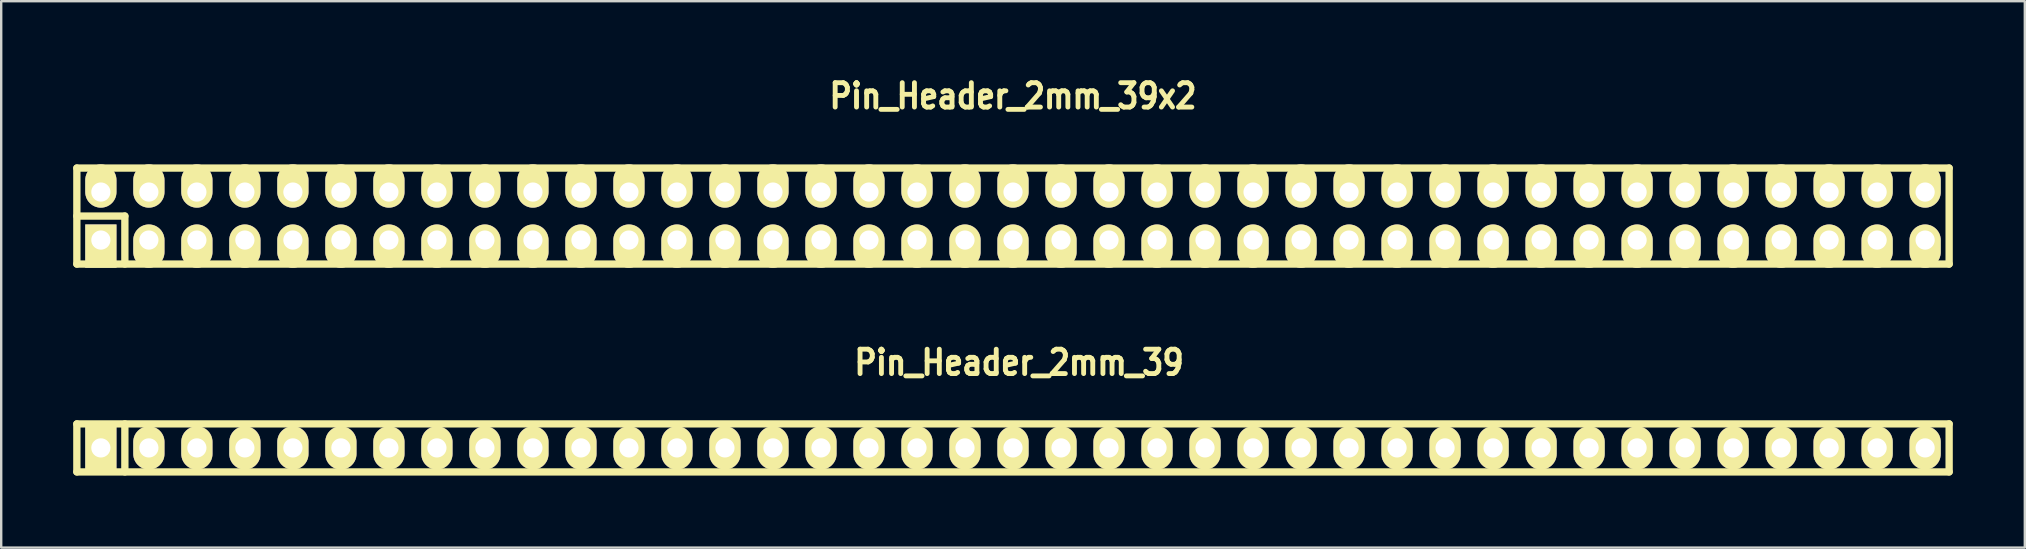
<source format=kicad_pcb>
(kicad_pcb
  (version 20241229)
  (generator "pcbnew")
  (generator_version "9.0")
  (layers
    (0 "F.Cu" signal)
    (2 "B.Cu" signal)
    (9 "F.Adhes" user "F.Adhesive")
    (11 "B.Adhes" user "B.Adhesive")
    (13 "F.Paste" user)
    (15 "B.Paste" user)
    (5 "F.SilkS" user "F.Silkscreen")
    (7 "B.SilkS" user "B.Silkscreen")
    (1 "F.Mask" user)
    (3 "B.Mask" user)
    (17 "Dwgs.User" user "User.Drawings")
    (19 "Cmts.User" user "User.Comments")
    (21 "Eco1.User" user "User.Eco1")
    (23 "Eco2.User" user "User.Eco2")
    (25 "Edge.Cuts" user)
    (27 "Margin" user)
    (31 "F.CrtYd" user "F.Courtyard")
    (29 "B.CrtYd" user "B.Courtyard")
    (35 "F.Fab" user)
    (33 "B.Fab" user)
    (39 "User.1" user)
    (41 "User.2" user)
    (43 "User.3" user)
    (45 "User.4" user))
  (footprint "Pin_Header_2mm_39"
    (layer "F.Cu")
    (at 39.152 15.61)
    (property "Reference" "Pin_Header_2mm_39" (at 0.254 -3.556 0) (layer "F.SilkS") (effects (font (size 1.016 0.889) (thickness 0.203))))
    (attr through_hole)
    (fp_line (start -39 -1) (end 39 -1) (stroke (width 0.305) (type solid)) (layer "F.SilkS"))
    (fp_line (start -39 1) (end -39 -1) (stroke (width 0.305) (type solid)) (layer "F.SilkS"))
    (fp_line (start -37 -1) (end -37 1) (stroke (width 0.305) (type solid)) (layer "F.SilkS"))
    (fp_line (start 39 -1) (end 39 1) (stroke (width 0.305) (type solid)) (layer "F.SilkS"))
    (fp_line (start 39 1) (end -39 1) (stroke (width 0.305) (type solid)) (layer "F.SilkS"))
    (pad "1" thru_hole rect (at -38 0) (size 1.3 1.8) (drill 0.8) (layers "*.Cu" "*.Mask" "F.SilkS"))
    (pad "2" thru_hole oval (at -36 0) (size 1.3 1.8) (drill 0.8) (layers "*.Cu" "*.Mask" "F.SilkS"))
    (pad "3" thru_hole oval (at -34 0) (size 1.3 1.8) (drill 0.8) (layers "*.Cu" "*.Mask" "F.SilkS"))
    (pad "4" thru_hole oval (at -32 0) (size 1.3 1.8) (drill 0.8) (layers "*.Cu" "*.Mask" "F.SilkS"))
    (pad "5" thru_hole oval (at -30 0) (size 1.3 1.8) (drill 0.8) (layers "*.Cu" "*.Mask" "F.SilkS"))
    (pad "6" thru_hole oval (at -28 0) (size 1.3 1.8) (drill 0.8) (layers "*.Cu" "*.Mask" "F.SilkS"))
    (pad "7" thru_hole oval (at -26 0) (size 1.3 1.8) (drill 0.8) (layers "*.Cu" "*.Mask" "F.SilkS"))
    (pad "8" thru_hole oval (at -24 0) (size 1.3 1.8) (drill 0.8) (layers "*.Cu" "*.Mask" "F.SilkS"))
    (pad "9" thru_hole oval (at -22 0) (size 1.3 1.8) (drill 0.8) (layers "*.Cu" "*.Mask" "F.SilkS"))
    (pad "10" thru_hole oval (at -20 0) (size 1.3 1.8) (drill 0.8) (layers "*.Cu" "*.Mask" "F.SilkS"))
    (pad "11" thru_hole oval (at -18 0) (size 1.3 1.8) (drill 0.8) (layers "*.Cu" "*.Mask" "F.SilkS"))
    (pad "12" thru_hole oval (at -16 0) (size 1.3 1.8) (drill 0.8) (layers "*.Cu" "*.Mask" "F.SilkS"))
    (pad "13" thru_hole oval (at -14 0) (size 1.3 1.8) (drill 0.8) (layers "*.Cu" "*.Mask" "F.SilkS"))
    (pad "14" thru_hole oval (at -12 0) (size 1.3 1.8) (drill 0.8) (layers "*.Cu" "*.Mask" "F.SilkS"))
    (pad "15" thru_hole oval (at -10 0) (size 1.3 1.8) (drill 0.8) (layers "*.Cu" "*.Mask" "F.SilkS"))
    (pad "16" thru_hole oval (at -8 0) (size 1.3 1.8) (drill 0.8) (layers "*.Cu" "*.Mask" "F.SilkS"))
    (pad "17" thru_hole oval (at -6 0) (size 1.3 1.8) (drill 0.8) (layers "*.Cu" "*.Mask" "F.SilkS"))
    (pad "18" thru_hole oval (at -4 0) (size 1.3 1.8) (drill 0.8) (layers "*.Cu" "*.Mask" "F.SilkS"))
    (pad "19" thru_hole oval (at -2 0) (size 1.3 1.8) (drill 0.8) (layers "*.Cu" "*.Mask" "F.SilkS"))
    (pad "20" thru_hole oval (at 0 0) (size 1.3 1.8) (drill 0.8) (layers "*.Cu" "*.Mask" "F.SilkS"))
    (pad "21" thru_hole oval (at 2 0) (size 1.3 1.8) (drill 0.8) (layers "*.Cu" "*.Mask" "F.SilkS"))
    (pad "22" thru_hole oval (at 4 0) (size 1.3 1.8) (drill 0.8) (layers "*.Cu" "*.Mask" "F.SilkS"))
    (pad "23" thru_hole oval (at 6 0) (size 1.3 1.8) (drill 0.8) (layers "*.Cu" "*.Mask" "F.SilkS"))
    (pad "24" thru_hole oval (at 8 0) (size 1.3 1.8) (drill 0.8) (layers "*.Cu" "*.Mask" "F.SilkS"))
    (pad "25" thru_hole oval (at 10 0) (size 1.3 1.8) (drill 0.8) (layers "*.Cu" "*.Mask" "F.SilkS"))
    (pad "26" thru_hole oval (at 12 0) (size 1.3 1.8) (drill 0.8) (layers "*.Cu" "*.Mask" "F.SilkS"))
    (pad "27" thru_hole oval (at 14 0) (size 1.3 1.8) (drill 0.8) (layers "*.Cu" "*.Mask" "F.SilkS"))
    (pad "28" thru_hole oval (at 16 0) (size 1.3 1.8) (drill 0.8) (layers "*.Cu" "*.Mask" "F.SilkS"))
    (pad "29" thru_hole oval (at 18 0) (size 1.3 1.8) (drill 0.8) (layers "*.Cu" "*.Mask" "F.SilkS"))
    (pad "30" thru_hole oval (at 20 0) (size 1.3 1.8) (drill 0.8) (layers "*.Cu" "*.Mask" "F.SilkS"))
    (pad "31" thru_hole oval (at 22 0) (size 1.3 1.8) (drill 0.8) (layers "*.Cu" "*.Mask" "F.SilkS"))
    (pad "32" thru_hole oval (at 24 0) (size 1.3 1.8) (drill 0.8) (layers "*.Cu" "*.Mask" "F.SilkS"))
    (pad "33" thru_hole oval (at 26 0) (size 1.3 1.8) (drill 0.8) (layers "*.Cu" "*.Mask" "F.SilkS"))
    (pad "34" thru_hole oval (at 28 0) (size 1.3 1.8) (drill 0.8) (layers "*.Cu" "*.Mask" "F.SilkS"))
    (pad "35" thru_hole oval (at 30 0) (size 1.3 1.8) (drill 0.8) (layers "*.Cu" "*.Mask" "F.SilkS"))
    (pad "36" thru_hole oval (at 32 0) (size 1.3 1.8) (drill 0.8) (layers "*.Cu" "*.Mask" "F.SilkS"))
    (pad "37" thru_hole oval (at 34 0) (size 1.3 1.8) (drill 0.8) (layers "*.Cu" "*.Mask" "F.SilkS"))
    (pad "38" thru_hole oval (at 36 0) (size 1.3 1.8) (drill 0.8) (layers "*.Cu" "*.Mask" "F.SilkS"))
    (pad "39" thru_hole oval (at 38 0) (size 1.3 1.8) (drill 0.8) (layers "*.Cu" "*.Mask" "F.SilkS")))
  (footprint "Pin_Header_2mm_39x2"
    (layer "F.Cu")
    (at 39.152 5.951)
    (property "Reference" "Pin_Header_2mm_39x2" (at 0 -5 0) (layer "F.SilkS") (effects (font (size 1.016 0.889) (thickness 0.203))))
    (attr through_hole)
    (fp_line (start -39 -2) (end 39 -2) (stroke (width 0.305) (type solid)) (layer "F.SilkS"))
    (fp_line (start -39 0) (end -37 0) (stroke (width 0.305) (type solid)) (layer "F.SilkS"))
    (fp_line (start -39 2) (end -39 -2) (stroke (width 0.305) (type solid)) (layer "F.SilkS"))
    (fp_line (start -37 0) (end -37 2) (stroke (width 0.305) (type solid)) (layer "F.SilkS"))
    (fp_line (start 39 -2) (end 39 2) (stroke (width 0.305) (type solid)) (layer "F.SilkS"))
    (fp_line (start 39 2) (end -39 2) (stroke (width 0.305) (type solid)) (layer "F.SilkS"))
    (pad "1" thru_hole rect (at -38 1) (size 1.3 1.8) (drill 0.8 (offset 0 0.25)) (layers "*.Cu" "*.Mask" "F.SilkS"))
    (pad "2" thru_hole oval (at -38 -1) (size 1.3 1.8) (drill 0.8 (offset 0 -0.25)) (layers "*.Cu" "*.Mask" "F.SilkS"))
    (pad "3" thru_hole oval (at -36 1) (size 1.3 1.8) (drill 0.8 (offset 0 0.25)) (layers "*.Cu" "*.Mask" "F.SilkS"))
    (pad "4" thru_hole oval (at -36 -1) (size 1.3 1.8) (drill 0.8 (offset 0 -0.25)) (layers "*.Cu" "*.Mask" "F.SilkS"))
    (pad "5" thru_hole oval (at -34 1) (size 1.3 1.8) (drill 0.8 (offset 0 0.25)) (layers "*.Cu" "*.Mask" "F.SilkS"))
    (pad "6" thru_hole oval (at -34 -1) (size 1.3 1.8) (drill 0.8 (offset 0 -0.25)) (layers "*.Cu" "*.Mask" "F.SilkS"))
    (pad "7" thru_hole oval (at -32 1) (size 1.3 1.8) (drill 0.8 (offset 0 0.25)) (layers "*.Cu" "*.Mask" "F.SilkS"))
    (pad "8" thru_hole oval (at -32 -1) (size 1.3 1.8) (drill 0.8 (offset 0 -0.25)) (layers "*.Cu" "*.Mask" "F.SilkS"))
    (pad "9" thru_hole oval (at -30 1) (size 1.3 1.8) (drill 0.8 (offset 0 0.25)) (layers "*.Cu" "*.Mask" "F.SilkS"))
    (pad "10" thru_hole oval (at -30 -1) (size 1.3 1.8) (drill 0.8 (offset 0 -0.25)) (layers "*.Cu" "*.Mask" "F.SilkS"))
    (pad "11" thru_hole oval (at -28 1) (size 1.3 1.8) (drill 0.8 (offset 0 0.25)) (layers "*.Cu" "*.Mask" "F.SilkS"))
    (pad "12" thru_hole oval (at -28 -1) (size 1.3 1.8) (drill 0.8 (offset 0 -0.25)) (layers "*.Cu" "*.Mask" "F.SilkS"))
    (pad "13" thru_hole oval (at -26 1) (size 1.3 1.8) (drill 0.8 (offset 0 0.25)) (layers "*.Cu" "*.Mask" "F.SilkS"))
    (pad "14" thru_hole oval (at -26 -1) (size 1.3 1.8) (drill 0.8 (offset 0 -0.25)) (layers "*.Cu" "*.Mask" "F.SilkS"))
    (pad "15" thru_hole oval (at -24 1) (size 1.3 1.8) (drill 0.8 (offset 0 0.25)) (layers "*.Cu" "*.Mask" "F.SilkS"))
    (pad "16" thru_hole oval (at -24 -1) (size 1.3 1.8) (drill 0.8 (offset 0 -0.25)) (layers "*.Cu" "*.Mask" "F.SilkS"))
    (pad "17" thru_hole oval (at -22 1) (size 1.3 1.8) (drill 0.8 (offset 0 0.25)) (layers "*.Cu" "*.Mask" "F.SilkS"))
    (pad "18" thru_hole oval (at -22 -1) (size 1.3 1.8) (drill 0.8 (offset 0 -0.25)) (layers "*.Cu" "*.Mask" "F.SilkS"))
    (pad "19" thru_hole oval (at -20 1) (size 1.3 1.8) (drill 0.8 (offset 0 0.25)) (layers "*.Cu" "*.Mask" "F.SilkS"))
    (pad "20" thru_hole oval (at -20 -1) (size 1.3 1.8) (drill 0.8 (offset 0 -0.25)) (layers "*.Cu" "*.Mask" "F.SilkS"))
    (pad "21" thru_hole oval (at -18 1) (size 1.3 1.8) (drill 0.8 (offset 0 0.25)) (layers "*.Cu" "*.Mask" "F.SilkS"))
    (pad "22" thru_hole oval (at -18 -1) (size 1.3 1.8) (drill 0.8 (offset 0 -0.25)) (layers "*.Cu" "*.Mask" "F.SilkS"))
    (pad "23" thru_hole oval (at -16 1) (size 1.3 1.8) (drill 0.8 (offset 0 0.25)) (layers "*.Cu" "*.Mask" "F.SilkS"))
    (pad "24" thru_hole oval (at -16 -1) (size 1.3 1.8) (drill 0.8 (offset 0 -0.25)) (layers "*.Cu" "*.Mask" "F.SilkS"))
    (pad "25" thru_hole oval (at -14 1) (size 1.3 1.8) (drill 0.8 (offset 0 0.25)) (layers "*.Cu" "*.Mask" "F.SilkS"))
    (pad "26" thru_hole oval (at -14 -1) (size 1.3 1.8) (drill 0.8 (offset 0 -0.25)) (layers "*.Cu" "*.Mask" "F.SilkS"))
    (pad "27" thru_hole oval (at -12 1) (size 1.3 1.8) (drill 0.8 (offset 0 0.25)) (layers "*.Cu" "*.Mask" "F.SilkS"))
    (pad "28" thru_hole oval (at -12 -1) (size 1.3 1.8) (drill 0.8 (offset 0 -0.25)) (layers "*.Cu" "*.Mask" "F.SilkS"))
    (pad "29" thru_hole oval (at -10 1) (size 1.3 1.8) (drill 0.8 (offset 0 0.25)) (layers "*.Cu" "*.Mask" "F.SilkS"))
    (pad "30" thru_hole oval (at -10 -1) (size 1.3 1.8) (drill 0.8 (offset 0 -0.25)) (layers "*.Cu" "*.Mask" "F.SilkS"))
    (pad "31" thru_hole oval (at -8 1) (size 1.3 1.8) (drill 0.8 (offset 0 0.25)) (layers "*.Cu" "*.Mask" "F.SilkS"))
    (pad "32" thru_hole oval (at -8 -1) (size 1.3 1.8) (drill 0.8 (offset 0 -0.25)) (layers "*.Cu" "*.Mask" "F.SilkS"))
    (pad "33" thru_hole oval (at -6 1) (size 1.3 1.8) (drill 0.8 (offset 0 0.25)) (layers "*.Cu" "*.Mask" "F.SilkS"))
    (pad "34" thru_hole oval (at -6 -1) (size 1.3 1.8) (drill 0.8 (offset 0 -0.25)) (layers "*.Cu" "*.Mask" "F.SilkS"))
    (pad "35" thru_hole oval (at -4 1) (size 1.3 1.8) (drill 0.8 (offset 0 0.25)) (layers "*.Cu" "*.Mask" "F.SilkS"))
    (pad "36" thru_hole oval (at -4 -1) (size 1.3 1.8) (drill 0.8 (offset 0 -0.25)) (layers "*.Cu" "*.Mask" "F.SilkS"))
    (pad "37" thru_hole oval (at -2 1) (size 1.3 1.8) (drill 0.8 (offset 0 0.25)) (layers "*.Cu" "*.Mask" "F.SilkS"))
    (pad "38" thru_hole oval (at -2 -1) (size 1.3 1.8) (drill 0.8 (offset 0 -0.25)) (layers "*.Cu" "*.Mask" "F.SilkS"))
    (pad "39" thru_hole oval (at 0 1) (size 1.3 1.8) (drill 0.8 (offset 0 0.25)) (layers "*.Cu" "*.Mask" "F.SilkS"))
    (pad "40" thru_hole oval (at 0 -1) (size 1.3 1.8) (drill 0.8 (offset 0 -0.25)) (layers "*.Cu" "*.Mask" "F.SilkS"))
    (pad "41" thru_hole oval (at 2 1) (size 1.3 1.8) (drill 0.8 (offset 0 0.25)) (layers "*.Cu" "*.Mask" "F.SilkS"))
    (pad "42" thru_hole oval (at 2 -1) (size 1.3 1.8) (drill 0.8 (offset 0 -0.25)) (layers "*.Cu" "*.Mask" "F.SilkS"))
    (pad "43" thru_hole oval (at 4 1) (size 1.3 1.8) (drill 0.8 (offset 0 0.25)) (layers "*.Cu" "*.Mask" "F.SilkS"))
    (pad "44" thru_hole oval (at 4 -1) (size 1.3 1.8) (drill 0.8 (offset 0 -0.25)) (layers "*.Cu" "*.Mask" "F.SilkS"))
    (pad "45" thru_hole oval (at 6 1) (size 1.3 1.8) (drill 0.8 (offset 0 0.25)) (layers "*.Cu" "*.Mask" "F.SilkS"))
    (pad "46" thru_hole oval (at 6 -1) (size 1.3 1.8) (drill 0.8 (offset 0 -0.25)) (layers "*.Cu" "*.Mask" "F.SilkS"))
    (pad "47" thru_hole oval (at 8 1) (size 1.3 1.8) (drill 0.8 (offset 0 0.25)) (layers "*.Cu" "*.Mask" "F.SilkS"))
    (pad "48" thru_hole oval (at 8 -1) (size 1.3 1.8) (drill 0.8 (offset 0 -0.25)) (layers "*.Cu" "*.Mask" "F.SilkS"))
    (pad "49" thru_hole oval (at 10 1) (size 1.3 1.8) (drill 0.8 (offset 0 0.25)) (layers "*.Cu" "*.Mask" "F.SilkS"))
    (pad "50" thru_hole oval (at 10 -1) (size 1.3 1.8) (drill 0.8 (offset 0 -0.25)) (layers "*.Cu" "*.Mask" "F.SilkS"))
    (pad "51" thru_hole oval (at 12 1) (size 1.3 1.8) (drill 0.8 (offset 0 0.25)) (layers "*.Cu" "*.Mask" "F.SilkS"))
    (pad "52" thru_hole oval (at 12 -1) (size 1.3 1.8) (drill 0.8 (offset 0 -0.25)) (layers "*.Cu" "*.Mask" "F.SilkS"))
    (pad "53" thru_hole oval (at 14 1) (size 1.3 1.8) (drill 0.8 (offset 0 0.25)) (layers "*.Cu" "*.Mask" "F.SilkS"))
    (pad "54" thru_hole oval (at 14 -1) (size 1.3 1.8) (drill 0.8 (offset 0 -0.25)) (layers "*.Cu" "*.Mask" "F.SilkS"))
    (pad "55" thru_hole oval (at 16 1) (size 1.3 1.8) (drill 0.8 (offset 0 0.25)) (layers "*.Cu" "*.Mask" "F.SilkS"))
    (pad "56" thru_hole oval (at 16 -1) (size 1.3 1.8) (drill 0.8 (offset 0 -0.25)) (layers "*.Cu" "*.Mask" "F.SilkS"))
    (pad "57" thru_hole oval (at 18 1) (size 1.3 1.8) (drill 0.8 (offset 0 0.25)) (layers "*.Cu" "*.Mask" "F.SilkS"))
    (pad "58" thru_hole oval (at 18 -1) (size 1.3 1.8) (drill 0.8 (offset 0 -0.25)) (layers "*.Cu" "*.Mask" "F.SilkS"))
    (pad "59" thru_hole oval (at 20 1) (size 1.3 1.8) (drill 0.8 (offset 0 0.25)) (layers "*.Cu" "*.Mask" "F.SilkS"))
    (pad "60" thru_hole oval (at 20 -1) (size 1.3 1.8) (drill 0.8 (offset 0 -0.25)) (layers "*.Cu" "*.Mask" "F.SilkS"))
    (pad "61" thru_hole oval (at 22 1) (size 1.3 1.8) (drill 0.8 (offset 0 0.25)) (layers "*.Cu" "*.Mask" "F.SilkS"))
    (pad "62" thru_hole oval (at 22 -1) (size 1.3 1.8) (drill 0.8 (offset 0 -0.25)) (layers "*.Cu" "*.Mask" "F.SilkS"))
    (pad "63" thru_hole oval (at 24 1) (size 1.3 1.8) (drill 0.8 (offset 0 0.25)) (layers "*.Cu" "*.Mask" "F.SilkS"))
    (pad "64" thru_hole oval (at 24 -1) (size 1.3 1.8) (drill 0.8 (offset 0 -0.25)) (layers "*.Cu" "*.Mask" "F.SilkS"))
    (pad "65" thru_hole oval (at 26 1) (size 1.3 1.8) (drill 0.8 (offset 0 0.25)) (layers "*.Cu" "*.Mask" "F.SilkS"))
    (pad "66" thru_hole oval (at 26 -1) (size 1.3 1.8) (drill 0.8 (offset 0 -0.25)) (layers "*.Cu" "*.Mask" "F.SilkS"))
    (pad "67" thru_hole oval (at 28 1) (size 1.3 1.8) (drill 0.8 (offset 0 0.25)) (layers "*.Cu" "*.Mask" "F.SilkS"))
    (pad "68" thru_hole oval (at 28 -1) (size 1.3 1.8) (drill 0.8 (offset 0 -0.25)) (layers "*.Cu" "*.Mask" "F.SilkS"))
    (pad "69" thru_hole oval (at 30 1) (size 1.3 1.8) (drill 0.8 (offset 0 0.25)) (layers "*.Cu" "*.Mask" "F.SilkS"))
    (pad "70" thru_hole oval (at 30 -1) (size 1.3 1.8) (drill 0.8 (offset 0 -0.25)) (layers "*.Cu" "*.Mask" "F.SilkS"))
    (pad "71" thru_hole oval (at 32 1) (size 1.3 1.8) (drill 0.8 (offset 0 0.25)) (layers "*.Cu" "*.Mask" "F.SilkS"))
    (pad "72" thru_hole oval (at 32 -1) (size 1.3 1.8) (drill 0.8 (offset 0 -0.25)) (layers "*.Cu" "*.Mask" "F.SilkS"))
    (pad "73" thru_hole oval (at 34 1) (size 1.3 1.8) (drill 0.8 (offset 0 0.25)) (layers "*.Cu" "*.Mask" "F.SilkS"))
    (pad "74" thru_hole oval (at 34 -1) (size 1.3 1.8) (drill 0.8 (offset 0 -0.25)) (layers "*.Cu" "*.Mask" "F.SilkS"))
    (pad "75" thru_hole oval (at 36 1) (size 1.3 1.8) (drill 0.8 (offset 0 0.25)) (layers "*.Cu" "*.Mask" "F.SilkS"))
    (pad "76" thru_hole oval (at 36 -1) (size 1.3 1.8) (drill 0.8 (offset 0 -0.25)) (layers "*.Cu" "*.Mask" "F.SilkS"))
    (pad "77" thru_hole oval (at 38 1) (size 1.3 1.8) (drill 0.8 (offset 0 0.25)) (layers "*.Cu" "*.Mask" "F.SilkS"))
    (pad "78" thru_hole oval (at 38 -1) (size 1.3 1.8) (drill 0.8 (offset 0 -0.25)) (layers "*.Cu" "*.Mask" "F.SilkS")))
  (gr_rect
    (start -3 -3)
    (end 81.305 19.763)
    (stroke (width 0.1) (type default))
    (fill no)
    (layer "Edge.Cuts")))
</source>
